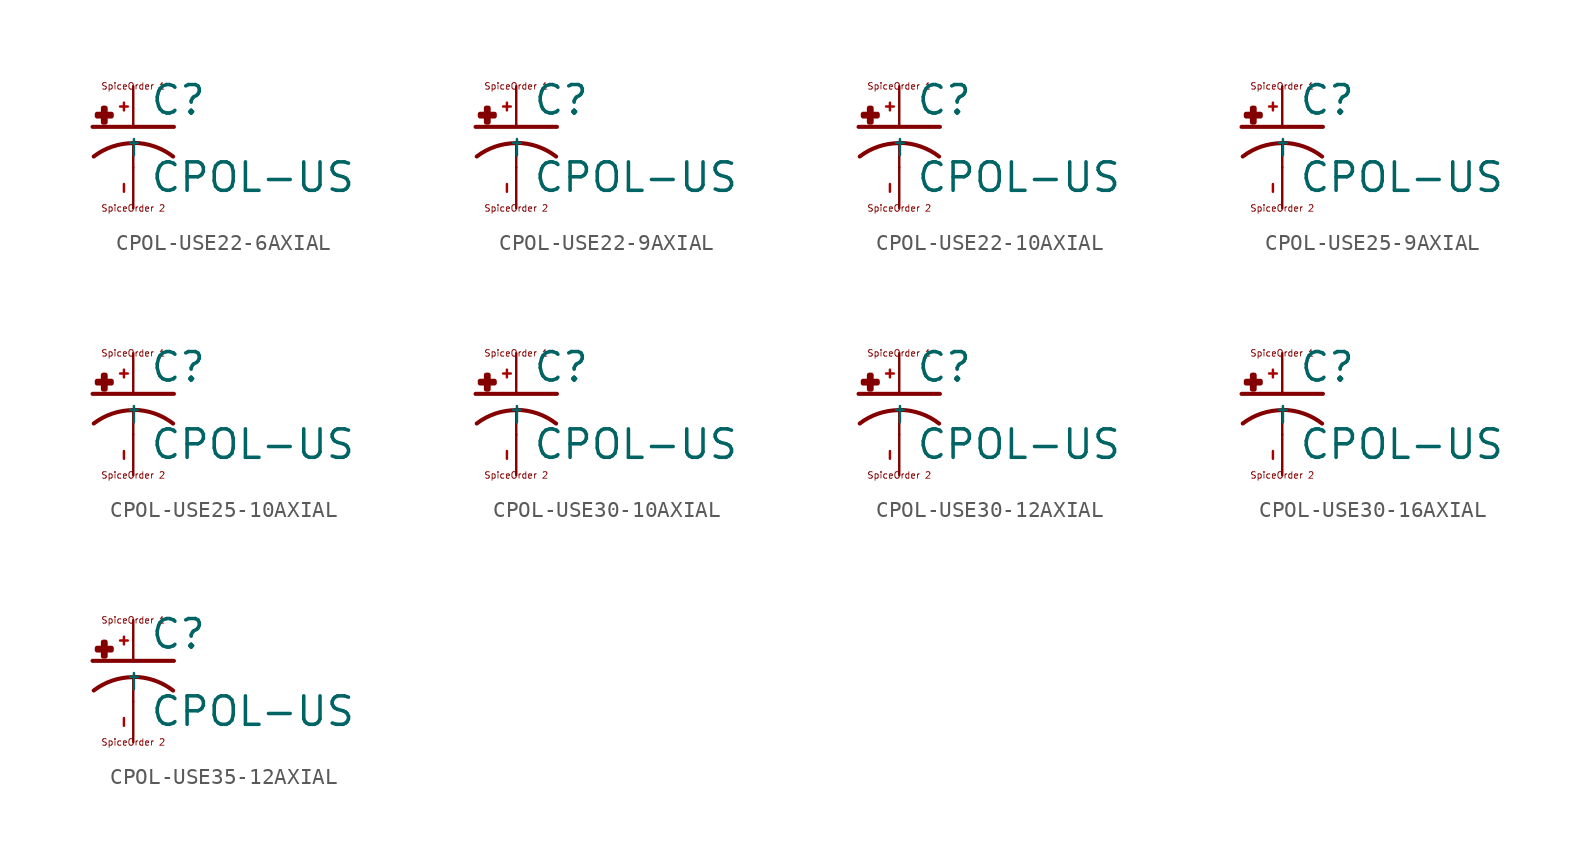
<source format=kicad_sym>
(kicad_symbol_lib
  (version 20220914)
  (generator Eagle2Kicad)
  (symbol "CPOL-USE22-6AXIAL"
    (property "Reference" "C"
      (at 1.016 0.635 0)
      (effects (font (size 1.778 1.778) (thickness 0.22)) (justify left bottom)))
    (property "Value" "CPOL-US"
      (at 1.016 -4.191 0)
      (effects (font (size 1.778 1.778) (thickness 0.22)) (justify left bottom)))
    (polyline
      (pts (xy -2.54 0) (xy 2.54 0))
      (stroke (width 0.254) (type default))
      (fill (type none)))
    (polyline
      (pts (xy 0 -1.016) (xy 0 -2.54))
      (stroke (width 0.152) (type default))
      (fill (type none)))
    (arc
      (start 2.4892 -1.8542)
      (mid 1.316 -1.220)
      (end 0 -1)
      (stroke (width 0.254) (type default))
      (fill (type none)))
    (arc
      (start 0 -1.0161)
      (mid -1.302 -1.230)
      (end -2.4669 -1.8504)
      (stroke (width 0.254) (type default))
      (fill (type none)))
    (text "SpiceOrder 1"
      (at 0 2.54 0)
      (effects (font (size 0.406 0.406) (thickness 0.05))))
    (text "SpiceOrder 2"
      (at 0 -5.08 0)
      (effects (font (size 0.406 0.406) (thickness 0.05))))
    (rectangle
      (start -2.253 0.668)
      (end -1.364 0.795)
      (stroke (width 0.3) (type default))
      (fill (type outline)))
    (rectangle
      (start -1.872 0.287)
      (end -1.745 1.176)
      (stroke (width 0.3) (type default))
      (fill (type outline)))
    (pin passive line
      (at 0 2.54 270)
      (length 2.54)
      (name "+" (effects (font (size 0.635 0.635) (thickness 0.08)) (justify left bottom)))
      (number "+" (effects (font (size 0.635 0.635) (thickness 0.08)) (justify left bottom))))
    (pin passive line
      (at 0 -5.08 90)
      (length 2.54)
      (name "-" (effects (font (size 0.635 0.635) (thickness 0.08)) (justify left bottom)))
      (number "-" (effects (font (size 0.635 0.635) (thickness 0.08)) (justify left bottom)))))
  (symbol "CPOL-USE22-9AXIAL"
    (property "Reference" "C"
      (at 1.016 0.635 0)
      (effects (font (size 1.778 1.778) (thickness 0.22)) (justify left bottom)))
    (property "Value" "CPOL-US"
      (at 1.016 -4.191 0)
      (effects (font (size 1.778 1.778) (thickness 0.22)) (justify left bottom)))
    (polyline
      (pts (xy -2.54 0) (xy 2.54 0))
      (stroke (width 0.254) (type default))
      (fill (type none)))
    (polyline
      (pts (xy 0 -1.016) (xy 0 -2.54))
      (stroke (width 0.152) (type default))
      (fill (type none)))
    (arc
      (start 2.4892 -1.8542)
      (mid 1.316 -1.220)
      (end 0 -1)
      (stroke (width 0.254) (type default))
      (fill (type none)))
    (arc
      (start 0 -1.0161)
      (mid -1.302 -1.230)
      (end -2.4669 -1.8504)
      (stroke (width 0.254) (type default))
      (fill (type none)))
    (text "SpiceOrder 1"
      (at 0 2.54 0)
      (effects (font (size 0.406 0.406) (thickness 0.05))))
    (text "SpiceOrder 2"
      (at 0 -5.08 0)
      (effects (font (size 0.406 0.406) (thickness 0.05))))
    (rectangle
      (start -2.253 0.668)
      (end -1.364 0.795)
      (stroke (width 0.3) (type default))
      (fill (type outline)))
    (rectangle
      (start -1.872 0.287)
      (end -1.745 1.176)
      (stroke (width 0.3) (type default))
      (fill (type outline)))
    (pin passive line
      (at 0 2.54 270)
      (length 2.54)
      (name "+" (effects (font (size 0.635 0.635) (thickness 0.08)) (justify left bottom)))
      (number "+" (effects (font (size 0.635 0.635) (thickness 0.08)) (justify left bottom))))
    (pin passive line
      (at 0 -5.08 90)
      (length 2.54)
      (name "-" (effects (font (size 0.635 0.635) (thickness 0.08)) (justify left bottom)))
      (number "-" (effects (font (size 0.635 0.635) (thickness 0.08)) (justify left bottom)))))
  (symbol "CPOL-USE22-10AXIAL"
    (property "Reference" "C"
      (at 1.016 0.635 0)
      (effects (font (size 1.778 1.778) (thickness 0.22)) (justify left bottom)))
    (property "Value" "CPOL-US"
      (at 1.016 -4.191 0)
      (effects (font (size 1.778 1.778) (thickness 0.22)) (justify left bottom)))
    (polyline
      (pts (xy -2.54 0) (xy 2.54 0))
      (stroke (width 0.254) (type default))
      (fill (type none)))
    (polyline
      (pts (xy 0 -1.016) (xy 0 -2.54))
      (stroke (width 0.152) (type default))
      (fill (type none)))
    (arc
      (start 2.4892 -1.8542)
      (mid 1.316 -1.220)
      (end 0 -1)
      (stroke (width 0.254) (type default))
      (fill (type none)))
    (arc
      (start 0 -1.0161)
      (mid -1.302 -1.230)
      (end -2.4669 -1.8504)
      (stroke (width 0.254) (type default))
      (fill (type none)))
    (text "SpiceOrder 1"
      (at 0 2.54 0)
      (effects (font (size 0.406 0.406) (thickness 0.05))))
    (text "SpiceOrder 2"
      (at 0 -5.08 0)
      (effects (font (size 0.406 0.406) (thickness 0.05))))
    (rectangle
      (start -2.253 0.668)
      (end -1.364 0.795)
      (stroke (width 0.3) (type default))
      (fill (type outline)))
    (rectangle
      (start -1.872 0.287)
      (end -1.745 1.176)
      (stroke (width 0.3) (type default))
      (fill (type outline)))
    (pin passive line
      (at 0 2.54 270)
      (length 2.54)
      (name "+" (effects (font (size 0.635 0.635) (thickness 0.08)) (justify left bottom)))
      (number "+" (effects (font (size 0.635 0.635) (thickness 0.08)) (justify left bottom))))
    (pin passive line
      (at 0 -5.08 90)
      (length 2.54)
      (name "-" (effects (font (size 0.635 0.635) (thickness 0.08)) (justify left bottom)))
      (number "-" (effects (font (size 0.635 0.635) (thickness 0.08)) (justify left bottom)))))
  (symbol "CPOL-USE25-9AXIAL"
    (property "Reference" "C"
      (at 1.016 0.635 0)
      (effects (font (size 1.778 1.778) (thickness 0.22)) (justify left bottom)))
    (property "Value" "CPOL-US"
      (at 1.016 -4.191 0)
      (effects (font (size 1.778 1.778) (thickness 0.22)) (justify left bottom)))
    (polyline
      (pts (xy -2.54 0) (xy 2.54 0))
      (stroke (width 0.254) (type default))
      (fill (type none)))
    (polyline
      (pts (xy 0 -1.016) (xy 0 -2.54))
      (stroke (width 0.152) (type default))
      (fill (type none)))
    (arc
      (start 2.4892 -1.8542)
      (mid 1.316 -1.220)
      (end 0 -1)
      (stroke (width 0.254) (type default))
      (fill (type none)))
    (arc
      (start 0 -1.0161)
      (mid -1.302 -1.230)
      (end -2.4669 -1.8504)
      (stroke (width 0.254) (type default))
      (fill (type none)))
    (text "SpiceOrder 1"
      (at 0 2.54 0)
      (effects (font (size 0.406 0.406) (thickness 0.05))))
    (text "SpiceOrder 2"
      (at 0 -5.08 0)
      (effects (font (size 0.406 0.406) (thickness 0.05))))
    (rectangle
      (start -2.253 0.668)
      (end -1.364 0.795)
      (stroke (width 0.3) (type default))
      (fill (type outline)))
    (rectangle
      (start -1.872 0.287)
      (end -1.745 1.176)
      (stroke (width 0.3) (type default))
      (fill (type outline)))
    (pin passive line
      (at 0 2.54 270)
      (length 2.54)
      (name "+" (effects (font (size 0.635 0.635) (thickness 0.08)) (justify left bottom)))
      (number "+" (effects (font (size 0.635 0.635) (thickness 0.08)) (justify left bottom))))
    (pin passive line
      (at 0 -5.08 90)
      (length 2.54)
      (name "-" (effects (font (size 0.635 0.635) (thickness 0.08)) (justify left bottom)))
      (number "-" (effects (font (size 0.635 0.635) (thickness 0.08)) (justify left bottom)))))
  (symbol "CPOL-USE25-10AXIAL"
    (property "Reference" "C"
      (at 1.016 0.635 0)
      (effects (font (size 1.778 1.778) (thickness 0.22)) (justify left bottom)))
    (property "Value" "CPOL-US"
      (at 1.016 -4.191 0)
      (effects (font (size 1.778 1.778) (thickness 0.22)) (justify left bottom)))
    (polyline
      (pts (xy -2.54 0) (xy 2.54 0))
      (stroke (width 0.254) (type default))
      (fill (type none)))
    (polyline
      (pts (xy 0 -1.016) (xy 0 -2.54))
      (stroke (width 0.152) (type default))
      (fill (type none)))
    (arc
      (start 2.4892 -1.8542)
      (mid 1.316 -1.220)
      (end 0 -1)
      (stroke (width 0.254) (type default))
      (fill (type none)))
    (arc
      (start 0 -1.0161)
      (mid -1.302 -1.230)
      (end -2.4669 -1.8504)
      (stroke (width 0.254) (type default))
      (fill (type none)))
    (text "SpiceOrder 1"
      (at 0 2.54 0)
      (effects (font (size 0.406 0.406) (thickness 0.05))))
    (text "SpiceOrder 2"
      (at 0 -5.08 0)
      (effects (font (size 0.406 0.406) (thickness 0.05))))
    (rectangle
      (start -2.253 0.668)
      (end -1.364 0.795)
      (stroke (width 0.3) (type default))
      (fill (type outline)))
    (rectangle
      (start -1.872 0.287)
      (end -1.745 1.176)
      (stroke (width 0.3) (type default))
      (fill (type outline)))
    (pin passive line
      (at 0 2.54 270)
      (length 2.54)
      (name "+" (effects (font (size 0.635 0.635) (thickness 0.08)) (justify left bottom)))
      (number "+" (effects (font (size 0.635 0.635) (thickness 0.08)) (justify left bottom))))
    (pin passive line
      (at 0 -5.08 90)
      (length 2.54)
      (name "-" (effects (font (size 0.635 0.635) (thickness 0.08)) (justify left bottom)))
      (number "-" (effects (font (size 0.635 0.635) (thickness 0.08)) (justify left bottom)))))
  (symbol "CPOL-USE30-10AXIAL"
    (property "Reference" "C"
      (at 1.016 0.635 0)
      (effects (font (size 1.778 1.778) (thickness 0.22)) (justify left bottom)))
    (property "Value" "CPOL-US"
      (at 1.016 -4.191 0)
      (effects (font (size 1.778 1.778) (thickness 0.22)) (justify left bottom)))
    (polyline
      (pts (xy -2.54 0) (xy 2.54 0))
      (stroke (width 0.254) (type default))
      (fill (type none)))
    (polyline
      (pts (xy 0 -1.016) (xy 0 -2.54))
      (stroke (width 0.152) (type default))
      (fill (type none)))
    (arc
      (start 2.4892 -1.8542)
      (mid 1.316 -1.220)
      (end 0 -1)
      (stroke (width 0.254) (type default))
      (fill (type none)))
    (arc
      (start 0 -1.0161)
      (mid -1.302 -1.230)
      (end -2.4669 -1.8504)
      (stroke (width 0.254) (type default))
      (fill (type none)))
    (text "SpiceOrder 1"
      (at 0 2.54 0)
      (effects (font (size 0.406 0.406) (thickness 0.05))))
    (text "SpiceOrder 2"
      (at 0 -5.08 0)
      (effects (font (size 0.406 0.406) (thickness 0.05))))
    (rectangle
      (start -2.253 0.668)
      (end -1.364 0.795)
      (stroke (width 0.3) (type default))
      (fill (type outline)))
    (rectangle
      (start -1.872 0.287)
      (end -1.745 1.176)
      (stroke (width 0.3) (type default))
      (fill (type outline)))
    (pin passive line
      (at 0 2.54 270)
      (length 2.54)
      (name "+" (effects (font (size 0.635 0.635) (thickness 0.08)) (justify left bottom)))
      (number "+" (effects (font (size 0.635 0.635) (thickness 0.08)) (justify left bottom))))
    (pin passive line
      (at 0 -5.08 90)
      (length 2.54)
      (name "-" (effects (font (size 0.635 0.635) (thickness 0.08)) (justify left bottom)))
      (number "-" (effects (font (size 0.635 0.635) (thickness 0.08)) (justify left bottom)))))
  (symbol "CPOL-USE30-12AXIAL"
    (property "Reference" "C"
      (at 1.016 0.635 0)
      (effects (font (size 1.778 1.778) (thickness 0.22)) (justify left bottom)))
    (property "Value" "CPOL-US"
      (at 1.016 -4.191 0)
      (effects (font (size 1.778 1.778) (thickness 0.22)) (justify left bottom)))
    (polyline
      (pts (xy -2.54 0) (xy 2.54 0))
      (stroke (width 0.254) (type default))
      (fill (type none)))
    (polyline
      (pts (xy 0 -1.016) (xy 0 -2.54))
      (stroke (width 0.152) (type default))
      (fill (type none)))
    (arc
      (start 2.4892 -1.8542)
      (mid 1.316 -1.220)
      (end 0 -1)
      (stroke (width 0.254) (type default))
      (fill (type none)))
    (arc
      (start 0 -1.0161)
      (mid -1.302 -1.230)
      (end -2.4669 -1.8504)
      (stroke (width 0.254) (type default))
      (fill (type none)))
    (text "SpiceOrder 1"
      (at 0 2.54 0)
      (effects (font (size 0.406 0.406) (thickness 0.05))))
    (text "SpiceOrder 2"
      (at 0 -5.08 0)
      (effects (font (size 0.406 0.406) (thickness 0.05))))
    (rectangle
      (start -2.253 0.668)
      (end -1.364 0.795)
      (stroke (width 0.3) (type default))
      (fill (type outline)))
    (rectangle
      (start -1.872 0.287)
      (end -1.745 1.176)
      (stroke (width 0.3) (type default))
      (fill (type outline)))
    (pin passive line
      (at 0 2.54 270)
      (length 2.54)
      (name "+" (effects (font (size 0.635 0.635) (thickness 0.08)) (justify left bottom)))
      (number "+" (effects (font (size 0.635 0.635) (thickness 0.08)) (justify left bottom))))
    (pin passive line
      (at 0 -5.08 90)
      (length 2.54)
      (name "-" (effects (font (size 0.635 0.635) (thickness 0.08)) (justify left bottom)))
      (number "-" (effects (font (size 0.635 0.635) (thickness 0.08)) (justify left bottom)))))
  (symbol "CPOL-USE30-16AXIAL"
    (property "Reference" "C"
      (at 1.016 0.635 0)
      (effects (font (size 1.778 1.778) (thickness 0.22)) (justify left bottom)))
    (property "Value" "CPOL-US"
      (at 1.016 -4.191 0)
      (effects (font (size 1.778 1.778) (thickness 0.22)) (justify left bottom)))
    (polyline
      (pts (xy -2.54 0) (xy 2.54 0))
      (stroke (width 0.254) (type default))
      (fill (type none)))
    (polyline
      (pts (xy 0 -1.016) (xy 0 -2.54))
      (stroke (width 0.152) (type default))
      (fill (type none)))
    (arc
      (start 2.4892 -1.8542)
      (mid 1.316 -1.220)
      (end 0 -1)
      (stroke (width 0.254) (type default))
      (fill (type none)))
    (arc
      (start 0 -1.0161)
      (mid -1.302 -1.230)
      (end -2.4669 -1.8504)
      (stroke (width 0.254) (type default))
      (fill (type none)))
    (text "SpiceOrder 1"
      (at 0 2.54 0)
      (effects (font (size 0.406 0.406) (thickness 0.05))))
    (text "SpiceOrder 2"
      (at 0 -5.08 0)
      (effects (font (size 0.406 0.406) (thickness 0.05))))
    (rectangle
      (start -2.253 0.668)
      (end -1.364 0.795)
      (stroke (width 0.3) (type default))
      (fill (type outline)))
    (rectangle
      (start -1.872 0.287)
      (end -1.745 1.176)
      (stroke (width 0.3) (type default))
      (fill (type outline)))
    (pin passive line
      (at 0 2.54 270)
      (length 2.54)
      (name "+" (effects (font (size 0.635 0.635) (thickness 0.08)) (justify left bottom)))
      (number "+" (effects (font (size 0.635 0.635) (thickness 0.08)) (justify left bottom))))
    (pin passive line
      (at 0 -5.08 90)
      (length 2.54)
      (name "-" (effects (font (size 0.635 0.635) (thickness 0.08)) (justify left bottom)))
      (number "-" (effects (font (size 0.635 0.635) (thickness 0.08)) (justify left bottom)))))
  (symbol "CPOL-USE35-12AXIAL"
    (property "Reference" "C"
      (at 1.016 0.635 0)
      (effects (font (size 1.778 1.778) (thickness 0.22)) (justify left bottom)))
    (property "Value" "CPOL-US"
      (at 1.016 -4.191 0)
      (effects (font (size 1.778 1.778) (thickness 0.22)) (justify left bottom)))
    (polyline
      (pts (xy -2.54 0) (xy 2.54 0))
      (stroke (width 0.254) (type default))
      (fill (type none)))
    (polyline
      (pts (xy 0 -1.016) (xy 0 -2.54))
      (stroke (width 0.152) (type default))
      (fill (type none)))
    (arc
      (start 2.4892 -1.8542)
      (mid 1.316 -1.220)
      (end 0 -1)
      (stroke (width 0.254) (type default))
      (fill (type none)))
    (arc
      (start 0 -1.0161)
      (mid -1.302 -1.230)
      (end -2.4669 -1.8504)
      (stroke (width 0.254) (type default))
      (fill (type none)))
    (text "SpiceOrder 1"
      (at 0 2.54 0)
      (effects (font (size 0.406 0.406) (thickness 0.05))))
    (text "SpiceOrder 2"
      (at 0 -5.08 0)
      (effects (font (size 0.406 0.406) (thickness 0.05))))
    (rectangle
      (start -2.253 0.668)
      (end -1.364 0.795)
      (stroke (width 0.3) (type default))
      (fill (type outline)))
    (rectangle
      (start -1.872 0.287)
      (end -1.745 1.176)
      (stroke (width 0.3) (type default))
      (fill (type outline)))
    (pin passive line
      (at 0 2.54 270)
      (length 2.54)
      (name "+" (effects (font (size 0.635 0.635) (thickness 0.08)) (justify left bottom)))
      (number "+" (effects (font (size 0.635 0.635) (thickness 0.08)) (justify left bottom))))
    (pin passive line
      (at 0 -5.08 90)
      (length 2.54)
      (name "-" (effects (font (size 0.635 0.635) (thickness 0.08)) (justify left bottom)))
      (number "-" (effects (font (size 0.635 0.635) (thickness 0.08)) (justify left bottom))))))
</source>
